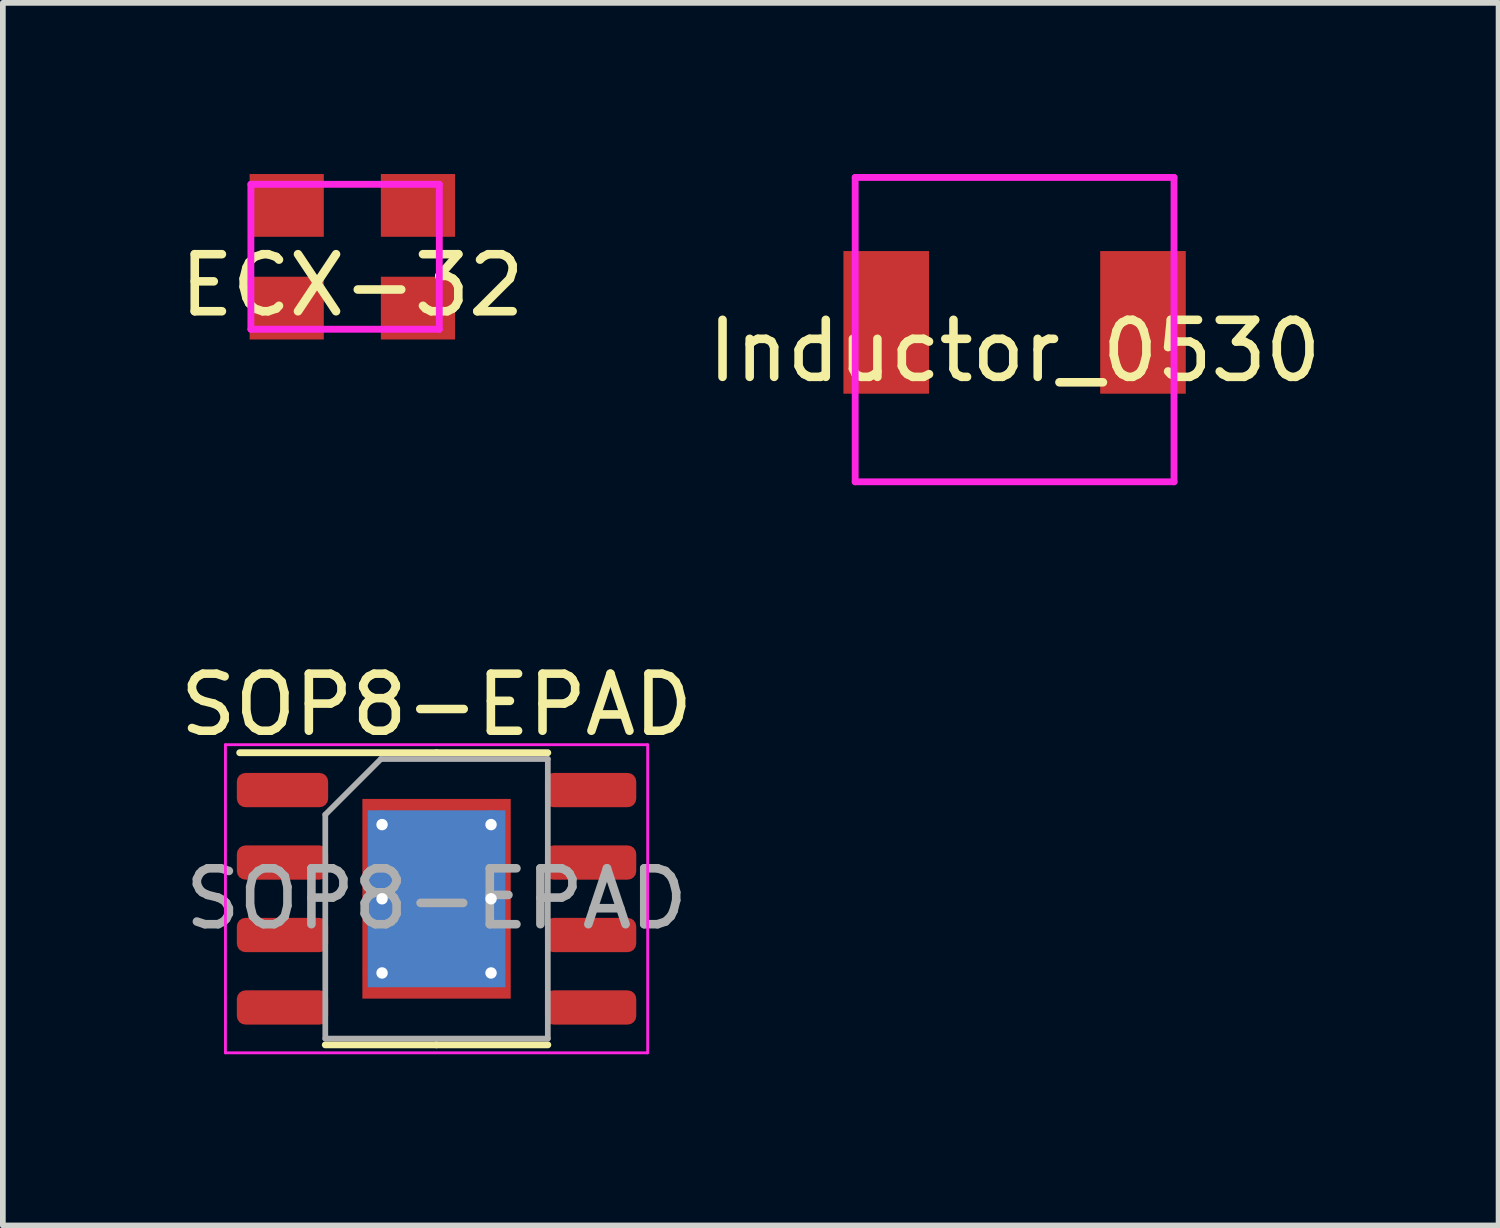
<source format=kicad_pcb>
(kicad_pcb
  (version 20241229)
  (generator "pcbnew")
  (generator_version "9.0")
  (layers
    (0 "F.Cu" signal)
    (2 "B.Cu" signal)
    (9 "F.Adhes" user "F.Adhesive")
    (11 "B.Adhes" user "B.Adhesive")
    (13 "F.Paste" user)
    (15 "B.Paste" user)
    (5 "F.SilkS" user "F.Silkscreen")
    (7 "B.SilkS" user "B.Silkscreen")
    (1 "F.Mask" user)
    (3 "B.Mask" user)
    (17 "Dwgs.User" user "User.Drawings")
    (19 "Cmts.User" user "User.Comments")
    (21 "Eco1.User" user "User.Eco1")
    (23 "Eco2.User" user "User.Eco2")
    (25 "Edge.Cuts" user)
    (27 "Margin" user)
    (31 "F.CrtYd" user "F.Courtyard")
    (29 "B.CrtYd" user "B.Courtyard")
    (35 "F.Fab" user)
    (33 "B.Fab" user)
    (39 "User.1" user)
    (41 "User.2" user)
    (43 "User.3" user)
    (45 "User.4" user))
  (footprint "SOP8-EPAD"
    (layer "F.Cu")
    (at 4.601 12.702)
    (property "Reference" "SOP8-EPAD" (at 0 -3.4 0) (layer "F.SilkS") (effects (font (size 1 1) (thickness 0.15))))
    (attr smd)
    (fp_line (start 0 -2.56) (end -3.45 -2.56) (stroke (width 0.12) (type solid)) (layer "F.SilkS"))
    (fp_line (start 0 -2.56) (end 1.95 -2.56) (stroke (width 0.12) (type solid)) (layer "F.SilkS"))
    (fp_line (start 0 2.56) (end -1.95 2.56) (stroke (width 0.12) (type solid)) (layer "F.SilkS"))
    (fp_line (start 0 2.56) (end 1.95 2.56) (stroke (width 0.12) (type solid)) (layer "F.SilkS"))
    (fp_line (start -3.7 -2.7) (end -3.7 2.7) (stroke (width 0.05) (type solid)) (layer "F.CrtYd"))
    (fp_line (start -3.7 2.7) (end 3.7 2.7) (stroke (width 0.05) (type solid)) (layer "F.CrtYd"))
    (fp_line (start 3.7 -2.7) (end -3.7 -2.7) (stroke (width 0.05) (type solid)) (layer "F.CrtYd"))
    (fp_line (start 3.7 2.7) (end 3.7 -2.7) (stroke (width 0.05) (type solid)) (layer "F.CrtYd"))
    (fp_line (start -1.95 -1.475) (end -0.975 -2.45) (stroke (width 0.1) (type solid)) (layer "F.Fab"))
    (fp_line (start -1.95 2.45) (end -1.95 -1.475) (stroke (width 0.1) (type solid)) (layer "F.Fab"))
    (fp_line (start -0.975 -2.45) (end 1.95 -2.45) (stroke (width 0.1) (type solid)) (layer "F.Fab"))
    (fp_line (start 1.95 -2.45) (end 1.95 2.45) (stroke (width 0.1) (type solid)) (layer "F.Fab"))
    (fp_line (start 1.95 2.45) (end -1.95 2.45) (stroke (width 0.1) (type solid)) (layer "F.Fab"))
    (fp_text user "${REFERENCE}" (at 0 0 0) (layer "F.Fab") (effects (font (size 0.98 0.98) (thickness 0.15))))
    (pad "" smd roundrect (at -0.6 -0.775) (size 0.97 1.25) (layers "F.Paste") (roundrect_rratio 0.25))
    (pad "" smd roundrect (at -0.6 0.775) (size 0.97 1.25) (layers "F.Paste") (roundrect_rratio 0.25))
    (pad "" smd roundrect (at 0.6 -0.775) (size 0.97 1.25) (layers "F.Paste") (roundrect_rratio 0.25))
    (pad "" smd roundrect (at 0.6 0.775) (size 0.97 1.25) (layers "F.Paste") (roundrect_rratio 0.25))
    (pad "1" smd roundrect (at -2.7 -1.905) (size 1.6 0.6) (layers "F.Cu" "F.Mask" "F.Paste") (roundrect_rratio 0.25))
    (pad "2" smd roundrect (at -2.7 -0.635) (size 1.6 0.6) (layers "F.Cu" "F.Mask" "F.Paste") (roundrect_rratio 0.25))
    (pad "3" smd roundrect (at -2.7 0.635) (size 1.6 0.6) (layers "F.Cu" "F.Mask" "F.Paste") (roundrect_rratio 0.25))
    (pad "4" smd roundrect (at -2.7 1.905) (size 1.6 0.6) (layers "F.Cu" "F.Mask" "F.Paste") (roundrect_rratio 0.25))
    (pad "5" smd roundrect (at 2.7 1.905) (size 1.6 0.6) (layers "F.Cu" "F.Mask" "F.Paste") (roundrect_rratio 0.25))
    (pad "6" smd roundrect (at 2.7 0.635) (size 1.6 0.6) (layers "F.Cu" "F.Mask" "F.Paste") (roundrect_rratio 0.25))
    (pad "7" smd roundrect (at 2.7 -0.635) (size 1.6 0.6) (layers "F.Cu" "F.Mask" "F.Paste") (roundrect_rratio 0.25))
    (pad "8" smd roundrect (at 2.7 -1.905) (size 1.6 0.6) (layers "F.Cu" "F.Mask" "F.Paste") (roundrect_rratio 0.25))
    (pad "9" thru_hole circle (at -0.955 -1.3) (size 0.5 0.5) (drill 0.2) (layers "*.Cu"))
    (pad "9" thru_hole circle (at -0.955 0) (size 0.5 0.5) (drill 0.2) (layers "*.Cu"))
    (pad "9" thru_hole circle (at -0.955 1.3) (size 0.5 0.5) (drill 0.2) (layers "*.Cu"))
    (pad "9" smd rect (at 0 0) (size 2.41 3.1) (layers "B.Cu"))
    (pad "9" smd rect (at 0 0) (size 2.6 3.5) (layers "F.Cu" "F.Mask"))
    (pad "9" thru_hole circle (at 0.955 -1.3) (size 0.5 0.5) (drill 0.2) (layers "*.Cu"))
    (pad "9" thru_hole circle (at 0.955 0) (size 0.5 0.5) (drill 0.2) (layers "*.Cu"))
    (pad "9" thru_hole circle (at 0.955 1.3) (size 0.5 0.5) (drill 0.2) (layers "*.Cu")))
  (footprint "Inductor_0530"
    (layer "F.Cu")
    (at 14.732 2.6)
    (property "Reference" "Inductor_0530" (at 0 0.5 0) (layer "F.SilkS") (effects (font (size 1 1) (thickness 0.15))))
    (attr through_hole)
    (fp_line (start -2.794 -2.54) (end 2.794 -2.54) (stroke (width 0.12) (type solid)) (layer "F.CrtYd"))
    (fp_line (start -2.794 2.794) (end -2.794 -2.54) (stroke (width 0.12) (type solid)) (layer "F.CrtYd"))
    (fp_line (start 2.794 -2.54) (end 2.794 2.794) (stroke (width 0.12) (type solid)) (layer "F.CrtYd"))
    (fp_line (start 2.794 2.794) (end -2.794 2.794) (stroke (width 0.12) (type solid)) (layer "F.CrtYd"))
    (pad "1" smd rect (at -2.25 0) (size 1.5 2.5) (layers "F.Cu" "F.Mask" "F.Paste"))
    (pad "2" smd rect (at 2.25 0) (size 1.5 2.5) (layers "F.Cu" "F.Mask" "F.Paste")))
  (footprint "ECX-32"
    (layer "F.Cu")
    (at 3.125 1.45)
    (property "Reference" "ECX-32" (at 0 0.5 0) (layer "F.SilkS") (effects (font (size 1 1) (thickness 0.15))))
    (attr through_hole)
    (fp_line (start -1.778 -1.27) (end 1.524 -1.27) (stroke (width 0.12) (type solid)) (layer "F.CrtYd"))
    (fp_line (start -1.778 1.27) (end -1.778 -1.27) (stroke (width 0.12) (type solid)) (layer "F.CrtYd"))
    (fp_line (start 1.524 -1.27) (end 1.524 1.27) (stroke (width 0.12) (type solid)) (layer "F.CrtYd"))
    (fp_line (start 1.524 1.27) (end -1.778 1.27) (stroke (width 0.12) (type solid)) (layer "F.CrtYd"))
    (pad "1" smd rect (at -1.15 0.9) (size 1.3 1.1) (layers "F.Cu" "F.Mask" "F.Paste"))
    (pad "2" smd rect (at -1.15 -0.9) (size 1.3 1.1) (layers "F.Cu" "F.Mask" "F.Paste"))
    (pad "2" smd rect (at 1.15 0.9) (size 1.3 1.1) (layers "F.Cu" "F.Mask" "F.Paste"))
    (pad "3" smd rect (at 1.15 -0.9) (size 1.3 1.1) (layers "F.Cu" "F.Mask" "F.Paste")))
  (gr_rect
    (start -3 -3)
    (end 23.214 18.427)
    (stroke (width 0.1) (type default))
    (fill no)
    (layer "Edge.Cuts")))
</source>
